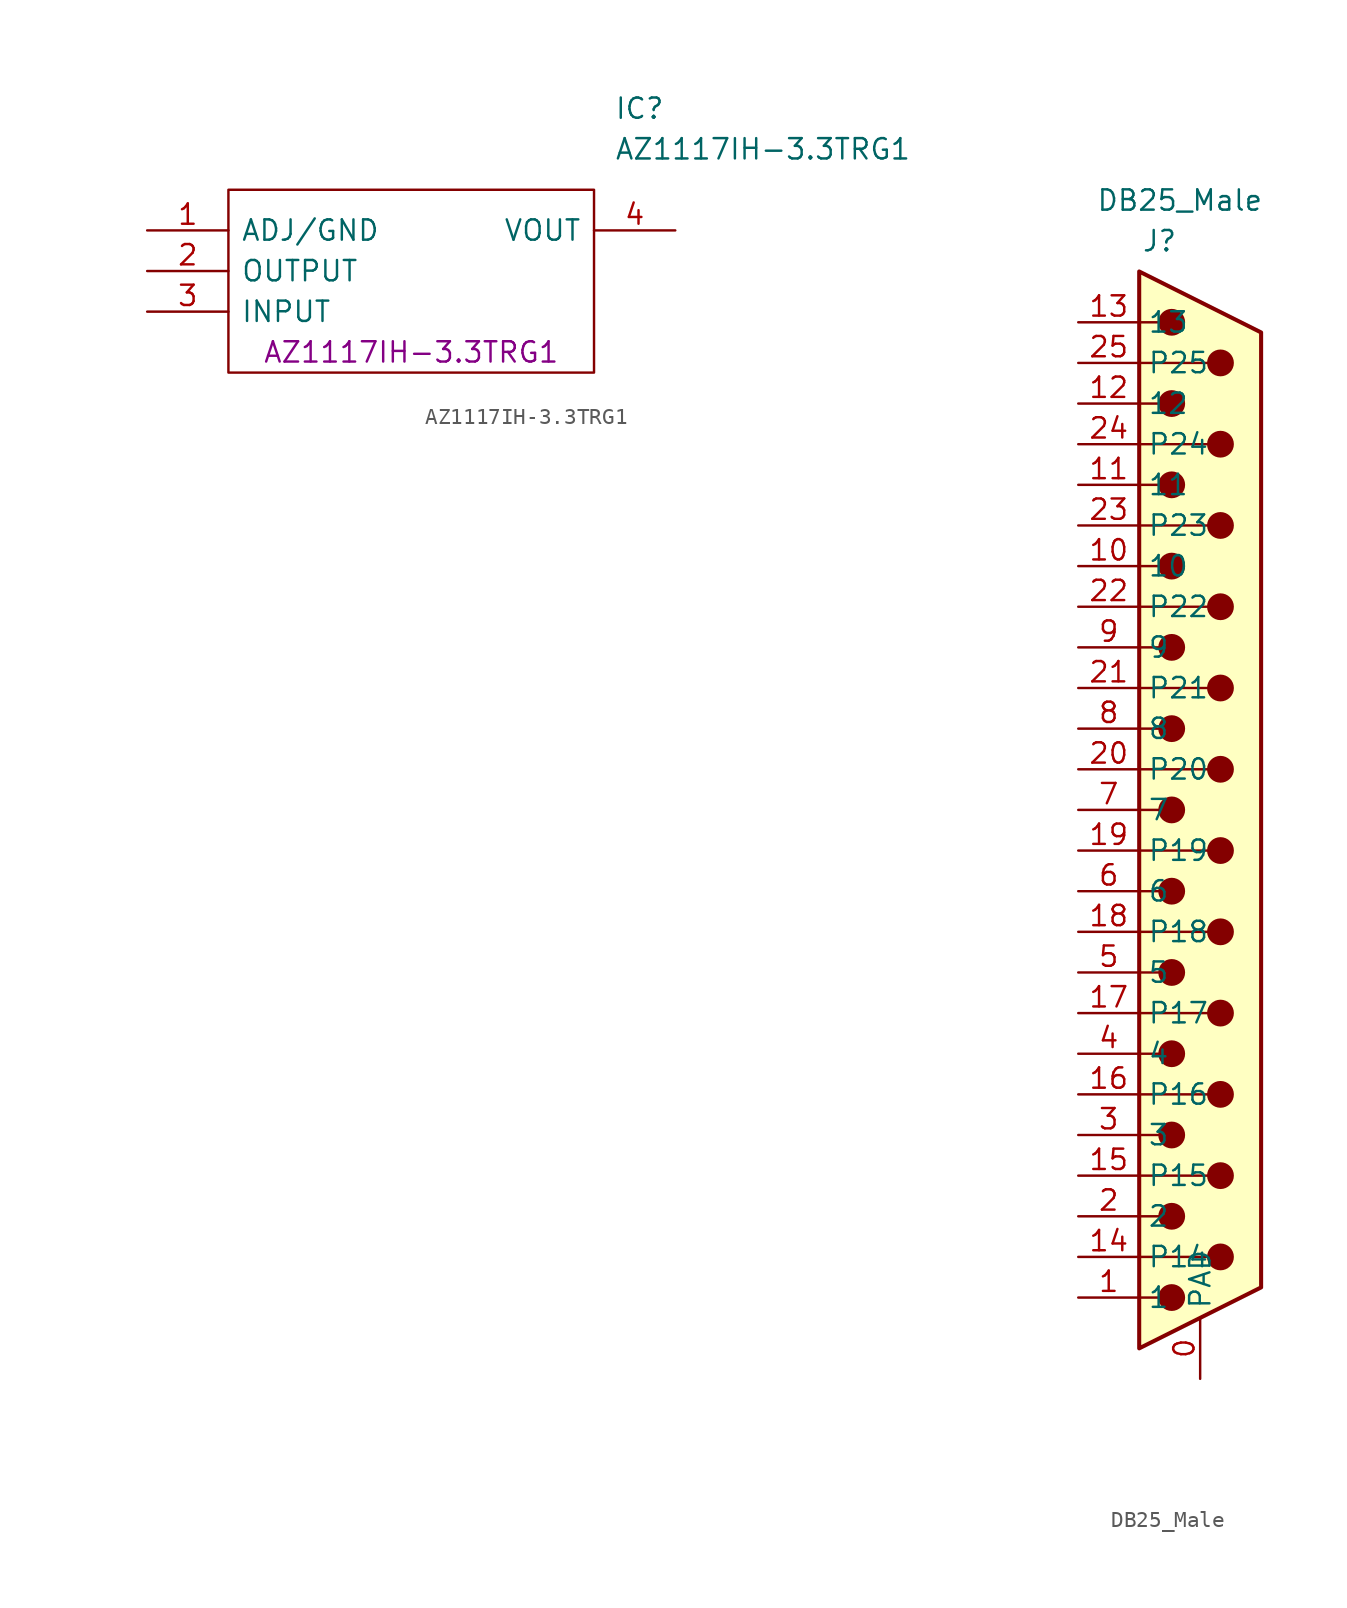
<source format=kicad_sym>
(kicad_symbol_lib
  (version 20220914)
  (generator kicad_symbol_editor)
  (symbol "AZ1117IH-3.3TRG1"
    (pin_names
      (offset 0.762))
    (property "Reference" "IC"
      (at 29.21 7.62 0)
      (effects (font (size 1.27 1.27)) (justify left)))
    (property "Value" "AZ1117IH-3.3TRG1"
      (at 29.21 5.08 0)
      (effects (font (size 1.27 1.27)) (justify left)))
    (property "Model" "AZ1117IH-3.3TRG1"
      (at 16.51 -7.62 0)
      (effects (font (size 1.27 1.27))))
    (symbol "AZ1117IH-3.3TRG1_0_0"
      (pin passive line (at 0 0 0) (length 5.08) (name "ADJ/GND" (effects (font (size 1.27 1.27)))) (number "1" (effects (font (size 1.27 1.27)))))
      (pin passive line (at 0 -2.54 0) (length 5.08) (name "OUTPUT" (effects (font (size 1.27 1.27)))) (number "2" (effects (font (size 1.27 1.27)))))
      (pin passive line (at 0 -5.08 0) (length 5.08) (name "INPUT" (effects (font (size 1.27 1.27)))) (number "3" (effects (font (size 1.27 1.27)))))
      (pin power_out line (at 33.02 0 180) (length 5.08) (name "VOUT" (effects (font (size 1.27 1.27)))) (number "4" (effects (font (size 1.27 1.27))))))
    (symbol "AZ1117IH-3.3TRG1_0_1"
      (polyline (pts (xy 5.08 2.54) (xy 27.94 2.54) (xy 27.94 -8.89) (xy 5.08 -8.89) (xy 5.08 2.54)) (stroke (width 0.152) (type default)) (fill (type none)))))
  (symbol "DB25_Male"
    (property "Reference" "J"
      (at 5.08 35.56 0)
      (effects (font (size 1.27 1.27))))
    (property "Value" "DB25_Male"
      (at 6.35 38.1 0)
      (effects (font (size 1.27 1.27))))
    (symbol "DB25_Male_0_1"
      (polyline (pts (xy 3.81 -30.48) (xy 5.08 -30.48)) (stroke (width 0) (type default)) (fill (type none)))
      (polyline (pts (xy 3.81 -27.94) (xy 8.128 -27.94)) (stroke (width 0) (type default)) (fill (type none)))
      (polyline (pts (xy 3.81 -25.4) (xy 5.08 -25.4)) (stroke (width 0) (type default)) (fill (type none)))
      (polyline (pts (xy 3.81 -22.86) (xy 8.128 -22.86)) (stroke (width 0) (type default)) (fill (type none)))
      (polyline (pts (xy 3.81 -20.32) (xy 5.08 -20.32)) (stroke (width 0) (type default)) (fill (type none)))
      (polyline (pts (xy 3.81 -17.78) (xy 8.128 -17.78)) (stroke (width 0) (type default)) (fill (type none)))
      (polyline (pts (xy 3.81 -15.24) (xy 5.08 -15.24)) (stroke (width 0) (type default)) (fill (type none)))
      (polyline (pts (xy 3.81 -12.7) (xy 8.128 -12.7)) (stroke (width 0) (type default)) (fill (type none)))
      (polyline (pts (xy 3.81 -10.16) (xy 5.08 -10.16)) (stroke (width 0) (type default)) (fill (type none)))
      (polyline (pts (xy 3.81 -7.62) (xy 8.128 -7.62)) (stroke (width 0) (type default)) (fill (type none)))
      (polyline (pts (xy 3.81 -5.08) (xy 5.08 -5.08)) (stroke (width 0) (type default)) (fill (type none)))
      (polyline (pts (xy 3.81 -2.54) (xy 8.128 -2.54)) (stroke (width 0) (type default)) (fill (type none)))
      (polyline (pts (xy 3.81 0) (xy 5.08 0)) (stroke (width 0) (type default)) (fill (type none)))
      (polyline (pts (xy 3.81 2.54) (xy 8.128 2.54)) (stroke (width 0) (type default)) (fill (type none)))
      (polyline (pts (xy 3.81 5.08) (xy 5.08 5.08)) (stroke (width 0) (type default)) (fill (type none)))
      (polyline (pts (xy 3.81 7.62) (xy 8.128 7.62)) (stroke (width 0) (type default)) (fill (type none)))
      (polyline (pts (xy 3.81 10.16) (xy 5.08 10.16)) (stroke (width 0) (type default)) (fill (type none)))
      (polyline (pts (xy 3.81 12.7) (xy 8.128 12.7)) (stroke (width 0) (type default)) (fill (type none)))
      (polyline (pts (xy 3.81 15.24) (xy 5.08 15.24)) (stroke (width 0) (type default)) (fill (type none)))
      (polyline (pts (xy 3.81 17.78) (xy 8.128 17.78)) (stroke (width 0) (type default)) (fill (type none)))
      (polyline (pts (xy 3.81 20.32) (xy 5.08 20.32)) (stroke (width 0) (type default)) (fill (type none)))
      (polyline (pts (xy 3.81 22.86) (xy 8.128 22.86)) (stroke (width 0) (type default)) (fill (type none)))
      (polyline (pts (xy 3.81 25.4) (xy 5.08 25.4)) (stroke (width 0) (type default)) (fill (type none)))
      (polyline (pts (xy 3.81 27.94) (xy 8.128 27.94)) (stroke (width 0) (type default)) (fill (type none)))
      (polyline (pts (xy 3.81 30.48) (xy 5.08 30.48)) (stroke (width 0) (type default)) (fill (type none)))
      (polyline (pts (xy 3.81 -33.655) (xy 11.43 -29.845) (xy 11.43 29.845) (xy 3.81 33.655) (xy 3.81 -33.655)) (stroke (width 0.254) (type default)) (fill (type background)))
      (circle (center 5.842 -30.48) (radius 0.762) (stroke (width 0) (type default)) (fill (type outline)))
      (circle (center 5.842 -25.4) (radius 0.762) (stroke (width 0) (type default)) (fill (type outline)))
      (circle (center 5.842 -20.32) (radius 0.762) (stroke (width 0) (type default)) (fill (type outline)))
      (circle (center 5.842 -15.24) (radius 0.762) (stroke (width 0) (type default)) (fill (type outline)))
      (circle (center 5.842 -10.16) (radius 0.762) (stroke (width 0) (type default)) (fill (type outline)))
      (circle (center 5.842 -5.08) (radius 0.762) (stroke (width 0) (type default)) (fill (type outline)))
      (circle (center 5.842 0) (radius 0.762) (stroke (width 0) (type default)) (fill (type outline)))
      (circle (center 5.842 5.08) (radius 0.762) (stroke (width 0) (type default)) (fill (type outline)))
      (circle (center 5.842 10.16) (radius 0.762) (stroke (width 0) (type default)) (fill (type outline)))
      (circle (center 5.842 15.24) (radius 0.762) (stroke (width 0) (type default)) (fill (type outline)))
      (circle (center 5.842 20.32) (radius 0.762) (stroke (width 0) (type default)) (fill (type outline)))
      (circle (center 5.842 25.4) (radius 0.762) (stroke (width 0) (type default)) (fill (type outline)))
      (circle (center 5.842 30.48) (radius 0.762) (stroke (width 0) (type default)) (fill (type outline)))
      (circle (center 8.89 -27.94) (radius 0.762) (stroke (width 0) (type default)) (fill (type outline)))
      (circle (center 8.89 -22.86) (radius 0.762) (stroke (width 0) (type default)) (fill (type outline)))
      (circle (center 8.89 -17.78) (radius 0.762) (stroke (width 0) (type default)) (fill (type outline)))
      (circle (center 8.89 -12.7) (radius 0.762) (stroke (width 0) (type default)) (fill (type outline)))
      (circle (center 8.89 -7.62) (radius 0.762) (stroke (width 0) (type default)) (fill (type outline)))
      (circle (center 8.89 -2.54) (radius 0.762) (stroke (width 0) (type default)) (fill (type outline)))
      (circle (center 8.89 2.54) (radius 0.762) (stroke (width 0) (type default)) (fill (type outline)))
      (circle (center 8.89 7.62) (radius 0.762) (stroke (width 0) (type default)) (fill (type outline)))
      (circle (center 8.89 12.7) (radius 0.762) (stroke (width 0) (type default)) (fill (type outline)))
      (circle (center 8.89 17.78) (radius 0.762) (stroke (width 0) (type default)) (fill (type outline)))
      (circle (center 8.89 22.86) (radius 0.762) (stroke (width 0) (type default)) (fill (type outline)))
      (circle (center 8.89 27.94) (radius 0.762) (stroke (width 0) (type default)) (fill (type outline))))
    (symbol "DB25_Male_1_1"
      (pin passive line (at 7.62 -35.56 90) (length 3.81) (name "PAD" (effects (font (size 1.27 1.27)))) (number "0" (effects (font (size 1.27 1.27)))))
      (pin passive line (at 0 -30.48 0) (length 3.81) (name "1" (effects (font (size 1.27 1.27)))) (number "1" (effects (font (size 1.27 1.27)))))
      (pin passive line (at 0 15.24 0) (length 3.81) (name "10" (effects (font (size 1.27 1.27)))) (number "10" (effects (font (size 1.27 1.27)))))
      (pin passive line (at 0 20.32 0) (length 3.81) (name "11" (effects (font (size 1.27 1.27)))) (number "11" (effects (font (size 1.27 1.27)))))
      (pin passive line (at 0 25.4 0) (length 3.81) (name "12" (effects (font (size 1.27 1.27)))) (number "12" (effects (font (size 1.27 1.27)))))
      (pin passive line (at 0 30.48 0) (length 3.81) (name "13" (effects (font (size 1.27 1.27)))) (number "13" (effects (font (size 1.27 1.27)))))
      (pin passive line (at 0 -27.94 0) (length 3.81) (name "P14" (effects (font (size 1.27 1.27)))) (number "14" (effects (font (size 1.27 1.27)))))
      (pin passive line (at 0 -22.86 0) (length 3.81) (name "P15" (effects (font (size 1.27 1.27)))) (number "15" (effects (font (size 1.27 1.27)))))
      (pin passive line (at 0 -17.78 0) (length 3.81) (name "P16" (effects (font (size 1.27 1.27)))) (number "16" (effects (font (size 1.27 1.27)))))
      (pin passive line (at 0 -12.7 0) (length 3.81) (name "P17" (effects (font (size 1.27 1.27)))) (number "17" (effects (font (size 1.27 1.27)))))
      (pin passive line (at 0 -7.62 0) (length 3.81) (name "P18" (effects (font (size 1.27 1.27)))) (number "18" (effects (font (size 1.27 1.27)))))
      (pin passive line (at 0 -2.54 0) (length 3.81) (name "P19" (effects (font (size 1.27 1.27)))) (number "19" (effects (font (size 1.27 1.27)))))
      (pin passive line (at 0 -25.4 0) (length 3.81) (name "2" (effects (font (size 1.27 1.27)))) (number "2" (effects (font (size 1.27 1.27)))))
      (pin passive line (at 0 2.54 0) (length 3.81) (name "P20" (effects (font (size 1.27 1.27)))) (number "20" (effects (font (size 1.27 1.27)))))
      (pin passive line (at 0 7.62 0) (length 3.81) (name "P21" (effects (font (size 1.27 1.27)))) (number "21" (effects (font (size 1.27 1.27)))))
      (pin passive line (at 0 12.7 0) (length 3.81) (name "P22" (effects (font (size 1.27 1.27)))) (number "22" (effects (font (size 1.27 1.27)))))
      (pin passive line (at 0 17.78 0) (length 3.81) (name "P23" (effects (font (size 1.27 1.27)))) (number "23" (effects (font (size 1.27 1.27)))))
      (pin passive line (at 0 22.86 0) (length 3.81) (name "P24" (effects (font (size 1.27 1.27)))) (number "24" (effects (font (size 1.27 1.27)))))
      (pin passive line (at 0 27.94 0) (length 3.81) (name "P25" (effects (font (size 1.27 1.27)))) (number "25" (effects (font (size 1.27 1.27)))))
      (pin passive line (at 0 -20.32 0) (length 3.81) (name "3" (effects (font (size 1.27 1.27)))) (number "3" (effects (font (size 1.27 1.27)))))
      (pin passive line (at 0 -15.24 0) (length 3.81) (name "4" (effects (font (size 1.27 1.27)))) (number "4" (effects (font (size 1.27 1.27)))))
      (pin passive line (at 0 -10.16 0) (length 3.81) (name "5" (effects (font (size 1.27 1.27)))) (number "5" (effects (font (size 1.27 1.27)))))
      (pin passive line (at 0 -5.08 0) (length 3.81) (name "6" (effects (font (size 1.27 1.27)))) (number "6" (effects (font (size 1.27 1.27)))))
      (pin passive line (at 0 0 0) (length 3.81) (name "7" (effects (font (size 1.27 1.27)))) (number "7" (effects (font (size 1.27 1.27)))))
      (pin passive line (at 0 5.08 0) (length 3.81) (name "8" (effects (font (size 1.27 1.27)))) (number "8" (effects (font (size 1.27 1.27)))))
      (pin passive line (at 0 10.16 0) (length 3.81) (name "9" (effects (font (size 1.27 1.27)))) (number "9" (effects (font (size 1.27 1.27))))))))
</source>
